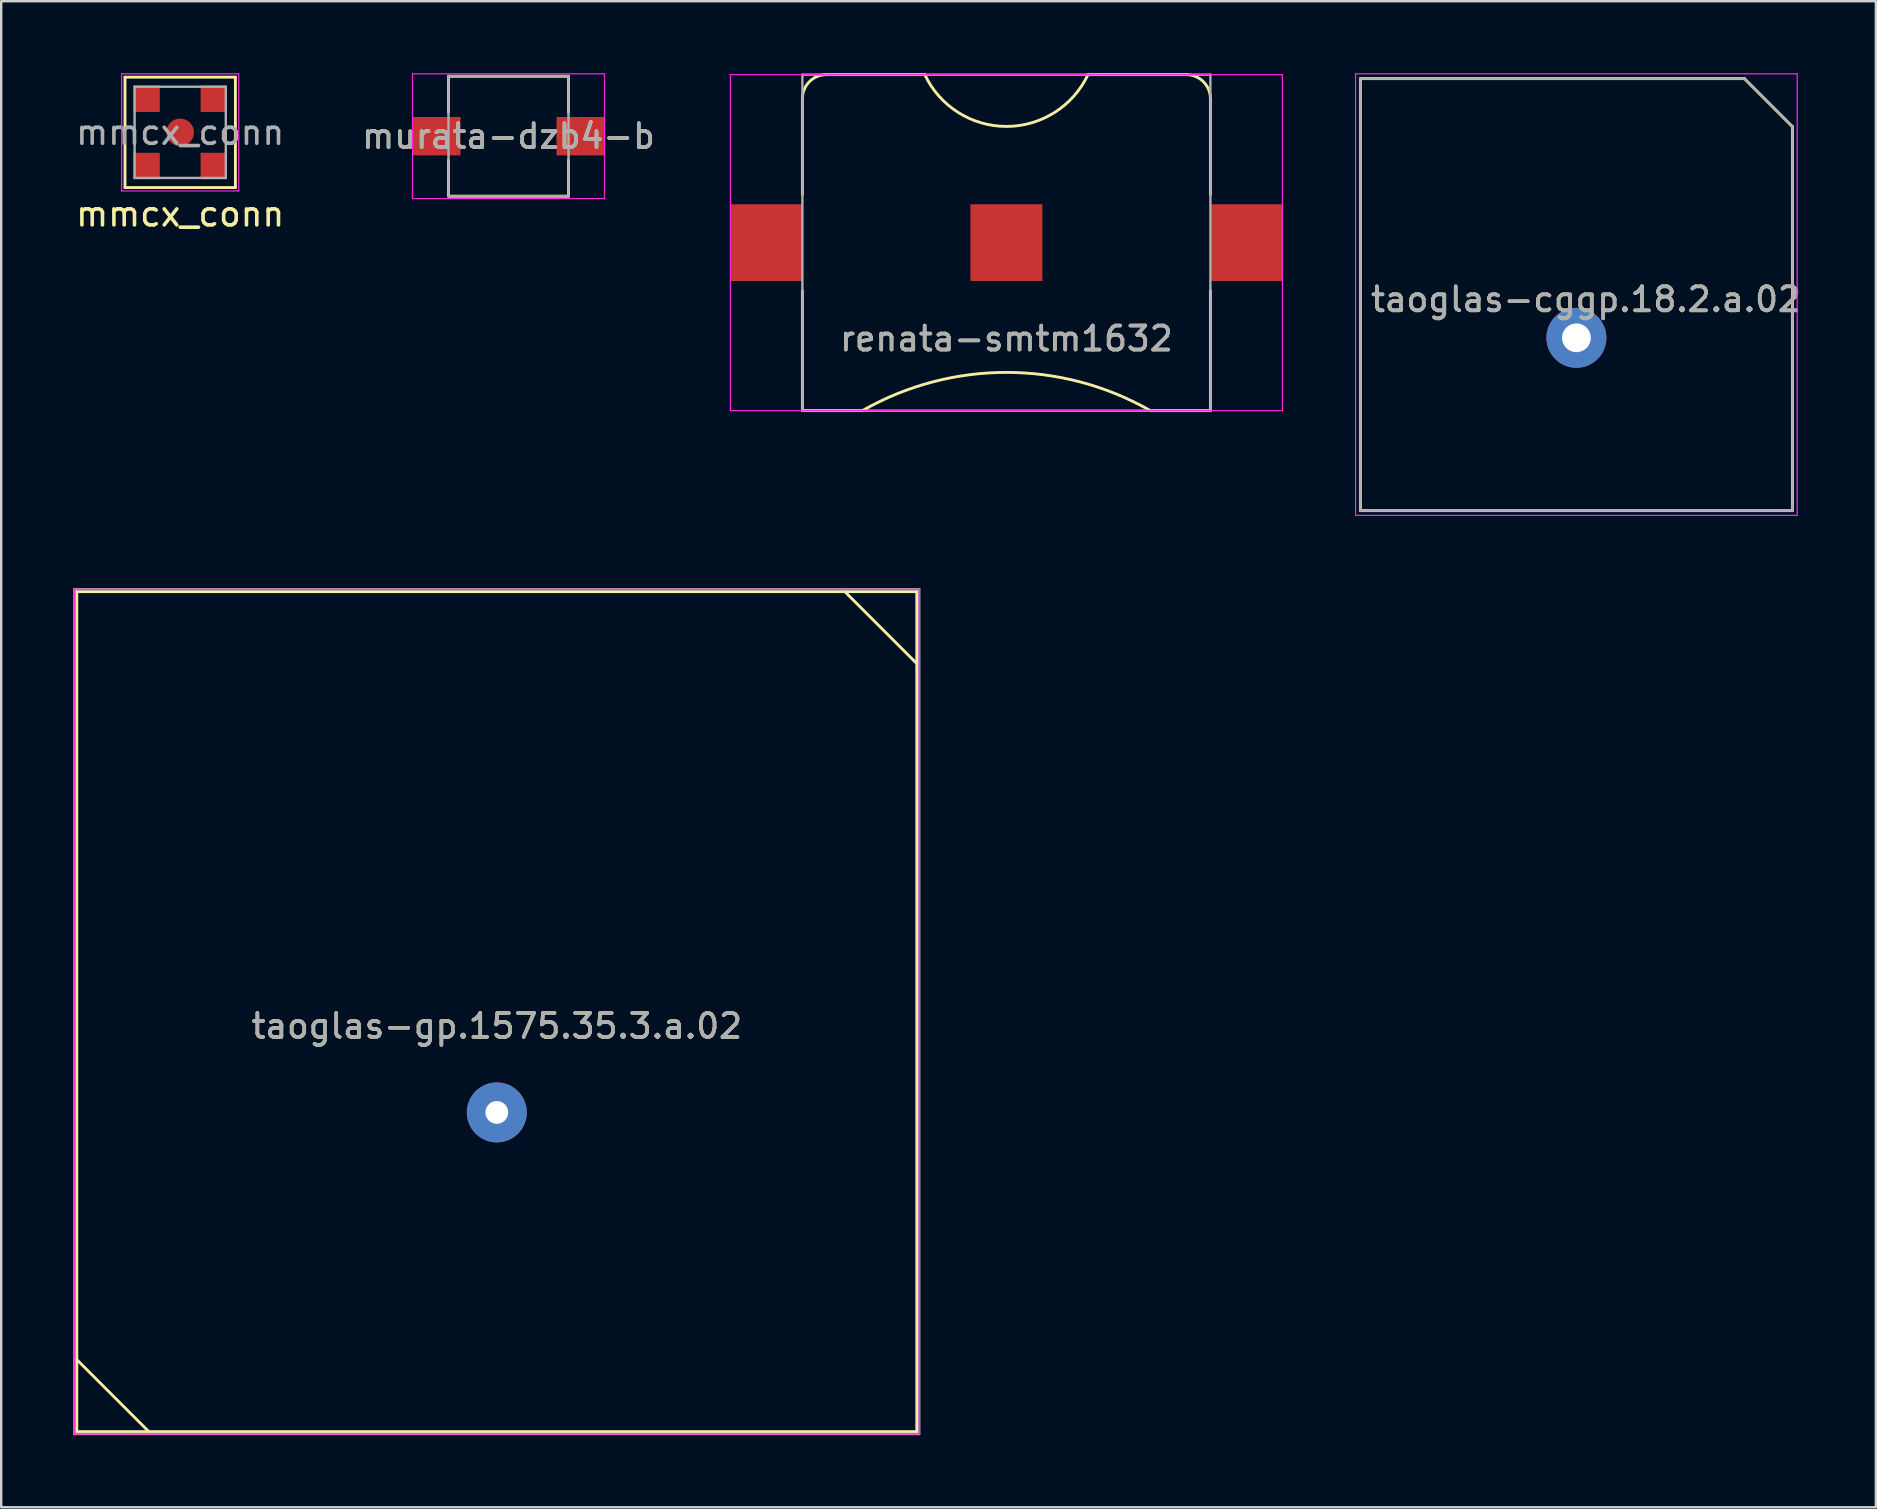
<source format=kicad_pcb>
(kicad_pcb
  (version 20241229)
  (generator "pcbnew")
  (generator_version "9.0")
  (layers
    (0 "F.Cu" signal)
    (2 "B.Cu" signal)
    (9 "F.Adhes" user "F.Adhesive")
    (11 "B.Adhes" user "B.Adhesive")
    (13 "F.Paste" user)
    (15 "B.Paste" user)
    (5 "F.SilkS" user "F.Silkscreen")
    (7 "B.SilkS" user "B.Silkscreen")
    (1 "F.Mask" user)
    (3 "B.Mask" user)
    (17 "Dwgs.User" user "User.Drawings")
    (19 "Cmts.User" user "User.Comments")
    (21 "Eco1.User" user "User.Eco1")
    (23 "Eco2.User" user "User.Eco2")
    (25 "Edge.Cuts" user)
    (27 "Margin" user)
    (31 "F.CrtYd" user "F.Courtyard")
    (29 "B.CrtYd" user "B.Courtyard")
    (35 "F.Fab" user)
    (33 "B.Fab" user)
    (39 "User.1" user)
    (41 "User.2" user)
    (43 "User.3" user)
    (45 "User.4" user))
  (footprint "murata-dzb4-b"
    (layer "F.Cu")
    (at 18.137 2.625)
    (property "Reference" "murata-dzb4-b" (at 0 0 0) (layer "F.SilkS") (effects (font (size 1 1) (thickness 0.15))))
    (attr smd)
    (fp_line (start -2.5 -2.5) (end 2.5 -2.5) (stroke (width 0.12) (type solid)) (layer "F.SilkS"))
    (fp_line (start -2.5 -1) (end -2.5 -2.5) (stroke (width 0.12) (type solid)) (layer "F.SilkS"))
    (fp_line (start -2.5 1) (end -2.5 2.5) (stroke (width 0.12) (type solid)) (layer "F.SilkS"))
    (fp_line (start -2.5 2.5) (end 2.5 2.5) (stroke (width 0.12) (type solid)) (layer "F.SilkS"))
    (fp_line (start 2.5 -2.5) (end 2.5 -1) (stroke (width 0.12) (type solid)) (layer "F.SilkS"))
    (fp_line (start 2.5 2.5) (end 2.5 1) (stroke (width 0.12) (type solid)) (layer "F.SilkS"))
    (fp_line (start -4 -2.6) (end -4 2.6) (stroke (width 0.05) (type solid)) (layer "F.CrtYd"))
    (fp_line (start -4 2.6) (end 4 2.6) (stroke (width 0.05) (type solid)) (layer "F.CrtYd"))
    (fp_line (start 4 -2.6) (end -4 -2.6) (stroke (width 0.05) (type solid)) (layer "F.CrtYd"))
    (fp_line (start 4 -2.6) (end 4 2.6) (stroke (width 0.05) (type solid)) (layer "F.CrtYd"))
    (fp_line (start -2.5 -2.5) (end 2.5 -2.5) (stroke (width 0.1) (type solid)) (layer "F.Fab"))
    (fp_line (start -2.5 2.5) (end -2.5 -2.5) (stroke (width 0.1) (type solid)) (layer "F.Fab"))
    (fp_line (start 2.5 -2.5) (end 2.5 2.5) (stroke (width 0.1) (type solid)) (layer "F.Fab"))
    (fp_line (start 2.5 2.5) (end -2.5 2.5) (stroke (width 0.1) (type solid)) (layer "F.Fab"))
    (fp_text user "${REFERENCE}" (at 0 0 0) (layer "F.Fab") (effects (font (size 1 1) (thickness 0.15))))
    (pad "1" smd rect (at 3 0) (size 2 1.6) (layers "F.Cu" "F.Mask" "F.Paste"))
    (pad "2" smd rect (at -3 0) (size 2 1.6) (layers "F.Cu" "F.Mask" "F.Paste")))
  (footprint "mmcx_conn"
    (layer "F.Cu")
    (at 4.458 2.465)
    (property "Reference" "mmcx_conn" (at 0 3.4 0) (layer "F.SilkS") (effects (font (size 1 1) (thickness 0.15))))
    (attr smd)
    (fp_line (start -2.3 -2.3) (end -2.3 2.3) (stroke (width 0.12) (type solid)) (layer "F.SilkS"))
    (fp_line (start -2.3 2.3) (end 2.3 2.3) (stroke (width 0.12) (type solid)) (layer "F.SilkS"))
    (fp_line (start 2.3 -2.3) (end -2.3 -2.3) (stroke (width 0.12) (type solid)) (layer "F.SilkS"))
    (fp_line (start 2.3 2.3) (end 2.3 -2.3) (stroke (width 0.12) (type solid)) (layer "F.SilkS"))
    (fp_line (start -2.44 -2.44) (end -2.44 2.44) (stroke (width 0.05) (type solid)) (layer "F.CrtYd"))
    (fp_line (start -2.44 2.44) (end 2.44 2.44) (stroke (width 0.05) (type solid)) (layer "F.CrtYd"))
    (fp_line (start 2.44 -2.44) (end -2.44 -2.44) (stroke (width 0.05) (type solid)) (layer "F.CrtYd"))
    (fp_line (start 2.44 2.44) (end 2.44 -2.44) (stroke (width 0.05) (type solid)) (layer "F.CrtYd"))
    (fp_line (start -1.9 -1.9) (end 1.9 -1.9) (stroke (width 0.1) (type solid)) (layer "F.Fab"))
    (fp_line (start -1.9 1.9) (end -1.9 -1.9) (stroke (width 0.1) (type solid)) (layer "F.Fab"))
    (fp_line (start 1.9 -1.9) (end 1.9 1.9) (stroke (width 0.1) (type solid)) (layer "F.Fab"))
    (fp_line (start 1.9 1.9) (end -1.9 1.9) (stroke (width 0.1) (type solid)) (layer "F.Fab"))
    (fp_text user "${REFERENCE}" (at 0 0 0) (layer "F.Fab") (effects (font (size 1 1) (thickness 0.15))))
    (pad "1" connect circle (at 0 0) (size 1.15 1.15) (layers "F.Cu" "F.Mask"))
    (pad "2" connect trapezoid (at -1.4 -1.4) (size 1.1 1.1) (layers "F.Cu" "F.Mask"))
    (pad "2" connect trapezoid (at -1.4 1.4) (size 1.1 1.1) (layers "F.Cu" "F.Mask"))
    (pad "2" connect trapezoid (at 1.4 -1.4) (size 1.1 1.1) (layers "F.Cu" "F.Mask"))
    (pad "2" connect trapezoid (at 1.4 1.4) (size 1.1 1.1) (layers "F.Cu" "F.Mask")))
  (footprint "taoglas-gp.1575.35.3.a.02"
    (layer "F.Cu")
    (at 17.65 43.3)
    (property "Reference" "taoglas-gp.1575.35.3.a.02" (at 0 -3.6 0) (layer "F.SilkS") (effects (font (size 1 1) (thickness 0.15))))
    (attr through_hole)
    (fp_line (start -17.5 -21.7) (end -17.5 13.3) (stroke (width 0.12) (type solid)) (layer "F.SilkS"))
    (fp_line (start -17.5 10.3) (end -14.5 13.3) (stroke (width 0.12) (type solid)) (layer "F.SilkS"))
    (fp_line (start -17.5 13.3) (end 17.5 13.3) (stroke (width 0.12) (type solid)) (layer "F.SilkS"))
    (fp_line (start 14.5 -21.7) (end 17.5 -18.7) (stroke (width 0.12) (type solid)) (layer "F.SilkS"))
    (fp_line (start 17.5 -21.7) (end -17.5 -21.7) (stroke (width 0.12) (type solid)) (layer "F.SilkS"))
    (fp_line (start 17.5 13.3) (end 17.5 -21.7) (stroke (width 0.12) (type solid)) (layer "F.SilkS"))
    (fp_line (start -17.6 -21.8) (end -17.6 13.4) (stroke (width 0.05) (type solid)) (layer "F.CrtYd"))
    (fp_line (start -17.6 13.4) (end 17.6 13.4) (stroke (width 0.05) (type solid)) (layer "F.CrtYd"))
    (fp_line (start 17.6 -21.8) (end -17.6 -21.8) (stroke (width 0.05) (type solid)) (layer "F.CrtYd"))
    (fp_line (start 17.6 13.4) (end 17.6 -21.8) (stroke (width 0.05) (type solid)) (layer "F.CrtYd"))
    (fp_line (start -17.6 -21.8) (end -17.6 13.4) (stroke (width 0.1) (type solid)) (layer "F.Fab"))
    (fp_line (start -17.6 13.4) (end 17.6 13.4) (stroke (width 0.1) (type solid)) (layer "F.Fab"))
    (fp_line (start 17.6 -21.8) (end -17.6 -21.8) (stroke (width 0.1) (type solid)) (layer "F.Fab"))
    (fp_line (start 17.6 13.4) (end 17.6 -21.8) (stroke (width 0.1) (type solid)) (layer "F.Fab"))
    (fp_text user "${REFERENCE}" (at 0 -3.6 0) (layer "F.Fab") (effects (font (size 1 1) (thickness 0.15))))
    (pad "1" thru_hole circle (at 0 0) (size 2.5 2.5) (drill 0.95) (layers "*.Cu" "*.Mask")))
  (footprint "taoglas-cggp.18.2.a.02"
    (layer "F.Cu")
    (at 62.632 11.025)
    (property "Reference" "taoglas-cggp.18.2.a.02" (at 0.4 -1.6 0) (layer "F.SilkS") (effects (font (size 1 1) (thickness 0.15))))
    (attr through_hole)
    (fp_line (start -9 -10.8) (end 7 -10.8) (stroke (width 0.12) (type solid)) (layer "F.SilkS"))
    (fp_line (start -9 7.2) (end -9 -10.8) (stroke (width 0.12) (type solid)) (layer "F.SilkS"))
    (fp_line (start 7 -10.8) (end 9 -8.8) (stroke (width 0.12) (type solid)) (layer "F.SilkS"))
    (fp_line (start 9 -8.8) (end 9 7.2) (stroke (width 0.12) (type solid)) (layer "F.SilkS"))
    (fp_line (start 9 7.2) (end -9 7.2) (stroke (width 0.12) (type solid)) (layer "F.SilkS"))
    (fp_line (start -9.2 -11) (end 9.2 -11) (stroke (width 0.05) (type solid)) (layer "F.CrtYd"))
    (fp_line (start -9.2 7.4) (end -9.2 -11) (stroke (width 0.05) (type solid)) (layer "F.CrtYd"))
    (fp_line (start 9.2 -11) (end 9.2 7.4) (stroke (width 0.05) (type solid)) (layer "F.CrtYd"))
    (fp_line (start 9.2 7.4) (end -9.2 7.4) (stroke (width 0.05) (type solid)) (layer "F.CrtYd"))
    (fp_line (start -9 -10.8) (end 7 -10.8) (stroke (width 0.1) (type solid)) (layer "F.Fab"))
    (fp_line (start -9 7.2) (end -9 -10.8) (stroke (width 0.1) (type solid)) (layer "F.Fab"))
    (fp_line (start 7 -10.8) (end 9 -8.8) (stroke (width 0.1) (type solid)) (layer "F.Fab"))
    (fp_line (start 9 -8.8) (end 9 7.2) (stroke (width 0.1) (type solid)) (layer "F.Fab"))
    (fp_line (start 9 7.2) (end -9 7.2) (stroke (width 0.1) (type solid)) (layer "F.Fab"))
    (fp_text user "${REFERENCE}" (at 0.4 -1.6 0) (layer "F.Fab") (effects (font (size 1 1) (thickness 0.15))))
    (pad "1" thru_hole circle (at 0 0) (size 2.5 2.5) (drill 1.2) (layers "*.Cu" "*.Mask")))
  (footprint "renata-smtm1632"
    (layer "F.Cu")
    (at 38.882 7.06)
    (property "Reference" "renata-smtm1632" (at 0 4 0) (layer "F.SilkS") (effects (font (size 1 1) (thickness 0.15))))
    (attr smd)
    (fp_line (start -8.5 -2) (end -8.5 -6) (stroke (width 0.12) (type solid)) (layer "F.SilkS"))
    (fp_line (start -8.5 7) (end -8.5 2) (stroke (width 0.12) (type solid)) (layer "F.SilkS"))
    (fp_line (start -8.5 7) (end -6 7) (stroke (width 0.12) (type solid)) (layer "F.SilkS"))
    (fp_line (start -7.5 -7) (end -3.4 -7) (stroke (width 0.12) (type solid)) (layer "F.SilkS"))
    (fp_line (start 6 7) (end 8.5 7) (stroke (width 0.12) (type solid)) (layer "F.SilkS"))
    (fp_line (start 7.5 -7) (end 3.4 -7) (stroke (width 0.12) (type solid)) (layer "F.SilkS"))
    (fp_line (start 8.5 -6) (end 8.5 -2) (stroke (width 0.12) (type solid)) (layer "F.SilkS"))
    (fp_line (start 8.5 2) (end 8.5 7) (stroke (width 0.12) (type solid)) (layer "F.SilkS"))
    (fp_arc (start -8.5 -6) (mid -8.207107 -6.707107) (end -7.5 -7) (stroke (width 0.12) (type solid)) (layer "F.SilkS"))
    (fp_arc (start -6 7) (mid 0 5.406613) (end 6 7) (stroke (width 0.12) (type solid)) (layer "F.SilkS"))
    (fp_arc (start 3.4 -7) (mid 0 -4.842341) (end -3.4 -7) (stroke (width 0.12) (type solid)) (layer "F.SilkS"))
    (fp_arc (start 7.5 -7) (mid 8.207107 -6.707107) (end 8.5 -6) (stroke (width 0.12) (type solid)) (layer "F.SilkS"))
    (fp_line (start -11.5 -7) (end -11.5 7) (stroke (width 0.05) (type solid)) (layer "F.CrtYd"))
    (fp_line (start -11.5 7) (end 11.5 7) (stroke (width 0.05) (type solid)) (layer "F.CrtYd"))
    (fp_line (start 11.5 -7) (end -11.5 -7) (stroke (width 0.05) (type solid)) (layer "F.CrtYd"))
    (fp_line (start 11.5 -7) (end 11.5 7) (stroke (width 0.05) (type solid)) (layer "F.CrtYd"))
    (fp_line (start -8.5 -7) (end -8.5 7) (stroke (width 0.1) (type solid)) (layer "F.Fab"))
    (fp_line (start -8.5 7) (end 8.5 7) (stroke (width 0.1) (type solid)) (layer "F.Fab"))
    (fp_line (start 8.5 -7) (end -8.5 -7) (stroke (width 0.1) (type solid)) (layer "F.Fab"))
    (fp_line (start 8.5 -7) (end 8.5 7) (stroke (width 0.1) (type solid)) (layer "F.Fab"))
    (fp_text user "${REFERENCE}" (at 0 4 0) (layer "F.Fab") (effects (font (size 1 1) (thickness 0.15))))
    (pad "1" smd rect (at -10 0) (size 3 3.2) (layers "F.Cu" "F.Mask" "F.Paste"))
    (pad "1" smd rect (at 10 0) (size 3 3.2) (layers "F.Cu" "F.Mask" "F.Paste"))
    (pad "2" smd rect (at 0 0) (size 3 3.2) (layers "F.Cu" "F.Mask" "F.Paste")))
  (gr_rect
    (start -3 -3)
    (end 75.11 59.75)
    (stroke (width 0.1) (type default))
    (fill no)
    (layer "Edge.Cuts")))
</source>
